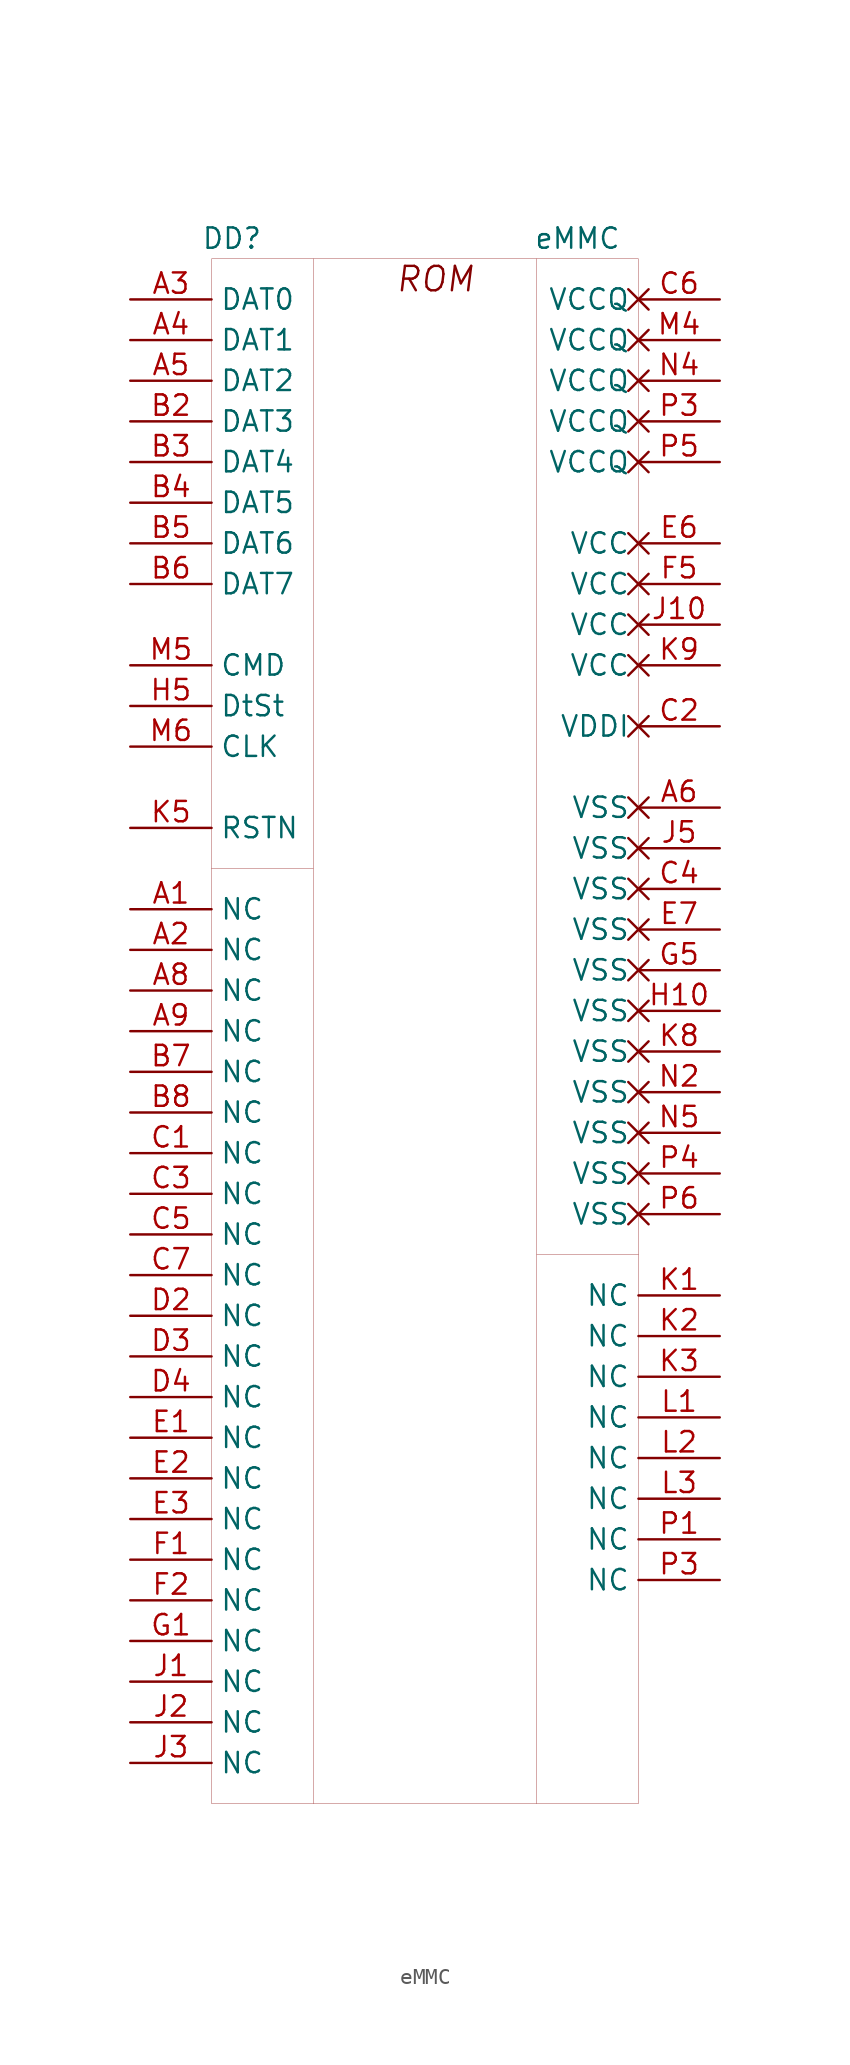
<source format=kicad_sym>
(kicad_symbol_lib
  (version 20211014)
  (generator kicad_symbol_editor)
  (symbol "eMMC"
    (property "Reference" "DD"
      (at -13.97 13.97 0)
      (effects (font (size 1.27 1.27))))
    (property "Value" "eMMC"
      (at 7.62 13.97 0)
      (effects (font (size 1.27 1.27))))
    (symbol "eMMC_0_0"
      (polyline (pts (xy -15.24 -25.4) (xy -8.89 -25.4)) (stroke (width 0.001) (type default) (color 0 0 0 0)) (fill (type none)))
      (polyline (pts (xy 5.08 -49.53) (xy 11.43 -49.53)) (stroke (width 0.001) (type default) (color 0 0 0 0)) (fill (type none)))
      (text "ROM" (at -1.27 11.43 0) (effects (font (size 1.524 1.524) italic))))
    (symbol "eMMC_0_1"
      (rectangle (start -15.24 12.7) (end 11.43 -83.82) (stroke (width 0.001) (type default) (color 0 0 0 0)) (fill (type none)))
      (polyline (pts (xy -8.89 12.7) (xy -8.89 -83.82)) (stroke (width 0.001) (type default) (color 0 0 0 0)) (fill (type none)))
      (polyline (pts (xy 5.08 12.7) (xy 5.08 -83.82)) (stroke (width 0.001) (type default) (color 0 0 0 0)) (fill (type none))))
    (symbol "eMMC_1_1"
      (pin passive line (at -20.32 -27.94 0) (length 5.08) (name "NC" (effects (font (size 1.27 1.27)))) (number "A1" (effects (font (size 1.27 1.27)))))
      (pin passive line (at -20.32 -30.48 0) (length 5.08) (name "NC" (effects (font (size 1.27 1.27)))) (number "A2" (effects (font (size 1.27 1.27)))))
      (pin passive line (at -20.32 10.16 0) (length 5.08) (name "DAT0" (effects (font (size 1.27 1.27)))) (number "A3" (effects (font (size 1.27 1.27)))))
      (pin passive line (at -20.32 7.62 0) (length 5.08) (name "DAT1" (effects (font (size 1.27 1.27)))) (number "A4" (effects (font (size 1.27 1.27)))))
      (pin passive line (at -20.32 5.08 0) (length 5.08) (name "DAT2" (effects (font (size 1.27 1.27)))) (number "A5" (effects (font (size 1.27 1.27)))))
      (pin power_in non_logic (at 16.51 -21.59 180) (length 5.08) (name "VSS" (effects (font (size 1.27 1.27)))) (number "A6" (effects (font (size 1.27 1.27)))))
      (pin passive line (at -20.32 -33.02 0) (length 5.08) (name "NC" (effects (font (size 1.27 1.27)))) (number "A8" (effects (font (size 1.27 1.27)))))
      (pin passive line (at -20.32 -35.56 0) (length 5.08) (name "NC" (effects (font (size 1.27 1.27)))) (number "A9" (effects (font (size 1.27 1.27)))))
      (pin passive line (at -20.32 2.54 0) (length 5.08) (name "DAT3" (effects (font (size 1.27 1.27)))) (number "B2" (effects (font (size 1.27 1.27)))))
      (pin passive line (at -20.32 0 0) (length 5.08) (name "DAT4" (effects (font (size 1.27 1.27)))) (number "B3" (effects (font (size 1.27 1.27)))))
      (pin passive line (at -20.32 -2.54 0) (length 5.08) (name "DAT5" (effects (font (size 1.27 1.27)))) (number "B4" (effects (font (size 1.27 1.27)))))
      (pin passive line (at -20.32 -5.08 0) (length 5.08) (name "DAT6" (effects (font (size 1.27 1.27)))) (number "B5" (effects (font (size 1.27 1.27)))))
      (pin passive line (at -20.32 -7.62 0) (length 5.08) (name "DAT7" (effects (font (size 1.27 1.27)))) (number "B6" (effects (font (size 1.27 1.27)))))
      (pin passive line (at -20.32 -38.1 0) (length 5.08) (name "NC" (effects (font (size 1.27 1.27)))) (number "B7" (effects (font (size 1.27 1.27)))))
      (pin passive line (at -20.32 -40.64 0) (length 5.08) (name "NC" (effects (font (size 1.27 1.27)))) (number "B8" (effects (font (size 1.27 1.27)))))
      (pin passive line (at -20.32 -43.18 0) (length 5.08) (name "NC" (effects (font (size 1.27 1.27)))) (number "C1" (effects (font (size 1.27 1.27)))))
      (pin power_in non_logic (at 16.51 -16.51 180) (length 5.08) (name "VDDI" (effects (font (size 1.27 1.27)))) (number "C2" (effects (font (size 1.27 1.27)))))
      (pin passive line (at -20.32 -45.72 0) (length 5.08) (name "NC" (effects (font (size 1.27 1.27)))) (number "C3" (effects (font (size 1.27 1.27)))))
      (pin power_in non_logic (at 16.51 -26.67 180) (length 5.08) (name "VSS" (effects (font (size 1.27 1.27)))) (number "C4" (effects (font (size 1.27 1.27)))))
      (pin passive line (at -20.32 -48.26 0) (length 5.08) (name "NC" (effects (font (size 1.27 1.27)))) (number "C5" (effects (font (size 1.27 1.27)))))
      (pin power_in non_logic (at 16.51 10.16 180) (length 5.08) (name "VCCQ" (effects (font (size 1.27 1.27)))) (number "C6" (effects (font (size 1.27 1.27)))))
      (pin passive line (at -20.32 -50.8 0) (length 5.08) (name "NC" (effects (font (size 1.27 1.27)))) (number "C7" (effects (font (size 1.27 1.27)))))
      (pin passive line (at -20.32 -53.34 0) (length 5.08) (name "NC" (effects (font (size 1.27 1.27)))) (number "D2" (effects (font (size 1.27 1.27)))))
      (pin passive line (at -20.32 -55.88 0) (length 5.08) (name "NC" (effects (font (size 1.27 1.27)))) (number "D3" (effects (font (size 1.27 1.27)))))
      (pin passive line (at -20.32 -58.42 0) (length 5.08) (name "NC" (effects (font (size 1.27 1.27)))) (number "D4" (effects (font (size 1.27 1.27)))))
      (pin passive line (at -20.32 -60.96 0) (length 5.08) (name "NC" (effects (font (size 1.27 1.27)))) (number "E1" (effects (font (size 1.27 1.27)))))
      (pin passive line (at -20.32 -63.5 0) (length 5.08) (name "NC" (effects (font (size 1.27 1.27)))) (number "E2" (effects (font (size 1.27 1.27)))))
      (pin passive line (at -20.32 -66.04 0) (length 5.08) (name "NC" (effects (font (size 1.27 1.27)))) (number "E3" (effects (font (size 1.27 1.27)))))
      (pin power_in non_logic (at 16.51 -5.08 180) (length 5.08) (name "VCC" (effects (font (size 1.27 1.27)))) (number "E6" (effects (font (size 1.27 1.27)))))
      (pin power_in non_logic (at 16.51 -29.21 180) (length 5.08) (name "VSS" (effects (font (size 1.27 1.27)))) (number "E7" (effects (font (size 1.27 1.27)))))
      (pin passive line (at -20.32 -68.58 0) (length 5.08) (name "NC" (effects (font (size 1.27 1.27)))) (number "F1" (effects (font (size 1.27 1.27)))))
      (pin passive line (at -20.32 -71.12 0) (length 5.08) (name "NC" (effects (font (size 1.27 1.27)))) (number "F2" (effects (font (size 1.27 1.27)))))
      (pin power_in non_logic (at 16.51 -7.62 180) (length 5.08) (name "VCC" (effects (font (size 1.27 1.27)))) (number "F5" (effects (font (size 1.27 1.27)))))
      (pin passive line (at -20.32 -73.66 0) (length 5.08) (name "NC" (effects (font (size 1.27 1.27)))) (number "G1" (effects (font (size 1.27 1.27)))))
      (pin power_in non_logic (at 16.51 -31.75 180) (length 5.08) (name "VSS" (effects (font (size 1.27 1.27)))) (number "G5" (effects (font (size 1.27 1.27)))))
      (pin power_in non_logic (at 16.51 -34.29 180) (length 5.08) (name "VSS" (effects (font (size 1.27 1.27)))) (number "H10" (effects (font (size 1.27 1.27)))))
      (pin passive line (at -20.32 -15.24 0) (length 5.08) (name "DtSt" (effects (font (size 1.27 1.27)))) (number "H5" (effects (font (size 1.27 1.27)))))
      (pin passive line (at -20.32 -76.2 0) (length 5.08) (name "NC" (effects (font (size 1.27 1.27)))) (number "J1" (effects (font (size 1.27 1.27)))))
      (pin power_in non_logic (at 16.51 -10.16 180) (length 5.08) (name "VCC" (effects (font (size 1.27 1.27)))) (number "J10" (effects (font (size 1.27 1.27)))))
      (pin passive line (at -20.32 -78.74 0) (length 5.08) (name "NC" (effects (font (size 1.27 1.27)))) (number "J2" (effects (font (size 1.27 1.27)))))
      (pin passive line (at -20.32 -81.28 0) (length 5.08) (name "NC" (effects (font (size 1.27 1.27)))) (number "J3" (effects (font (size 1.27 1.27)))))
      (pin power_in non_logic (at 16.51 -24.13 180) (length 5.08) (name "VSS" (effects (font (size 1.27 1.27)))) (number "J5" (effects (font (size 1.27 1.27)))))
      (pin passive line (at 16.51 -52.07 180) (length 5.08) (name "NC" (effects (font (size 1.27 1.27)))) (number "K1" (effects (font (size 1.27 1.27)))))
      (pin passive line (at 16.51 -54.61 180) (length 5.08) (name "NC" (effects (font (size 1.27 1.27)))) (number "K2" (effects (font (size 1.27 1.27)))))
      (pin passive line (at 16.51 -57.15 180) (length 5.08) (name "NC" (effects (font (size 1.27 1.27)))) (number "K3" (effects (font (size 1.27 1.27)))))
      (pin passive line (at -20.32 -22.86 0) (length 5.08) (name "RSTN" (effects (font (size 1.27 1.27)))) (number "K5" (effects (font (size 1.27 1.27)))))
      (pin power_in non_logic (at 16.51 -36.83 180) (length 5.08) (name "VSS" (effects (font (size 1.27 1.27)))) (number "K8" (effects (font (size 1.27 1.27)))))
      (pin power_in non_logic (at 16.51 -12.7 180) (length 5.08) (name "VCC" (effects (font (size 1.27 1.27)))) (number "K9" (effects (font (size 1.27 1.27)))))
      (pin passive line (at 16.51 -59.69 180) (length 5.08) (name "NC" (effects (font (size 1.27 1.27)))) (number "L1" (effects (font (size 1.27 1.27)))))
      (pin passive line (at 16.51 -62.23 180) (length 5.08) (name "NC" (effects (font (size 1.27 1.27)))) (number "L2" (effects (font (size 1.27 1.27)))))
      (pin passive line (at 16.51 -64.77 180) (length 5.08) (name "NC" (effects (font (size 1.27 1.27)))) (number "L3" (effects (font (size 1.27 1.27)))))
      (pin power_in non_logic (at 16.51 7.62 180) (length 5.08) (name "VCCQ" (effects (font (size 1.27 1.27)))) (number "M4" (effects (font (size 1.27 1.27)))))
      (pin passive line (at -20.32 -12.7 0) (length 5.08) (name "CMD" (effects (font (size 1.27 1.27)))) (number "M5" (effects (font (size 1.27 1.27)))))
      (pin passive line (at -20.32 -17.78 0) (length 5.08) (name "CLK" (effects (font (size 1.27 1.27)))) (number "M6" (effects (font (size 1.27 1.27)))))
      (pin power_in non_logic (at 16.51 -39.37 180) (length 5.08) (name "VSS" (effects (font (size 1.27 1.27)))) (number "N2" (effects (font (size 1.27 1.27)))))
      (pin power_in non_logic (at 16.51 5.08 180) (length 5.08) (name "VCCQ" (effects (font (size 1.27 1.27)))) (number "N4" (effects (font (size 1.27 1.27)))))
      (pin power_in non_logic (at 16.51 -41.91 180) (length 5.08) (name "VSS" (effects (font (size 1.27 1.27)))) (number "N5" (effects (font (size 1.27 1.27)))))
      (pin passive line (at 16.51 -67.31 180) (length 5.08) (name "NC" (effects (font (size 1.27 1.27)))) (number "P1" (effects (font (size 1.27 1.27)))))
      (pin passive line (at 16.51 -69.85 180) (length 5.08) (name "NC" (effects (font (size 1.27 1.27)))) (number "P3" (effects (font (size 1.27 1.27)))))
      (pin power_in non_logic (at 16.51 2.54 180) (length 5.08) (name "VCCQ" (effects (font (size 1.27 1.27)))) (number "P3" (effects (font (size 1.27 1.27)))))
      (pin power_in non_logic (at 16.51 -44.45 180) (length 5.08) (name "VSS" (effects (font (size 1.27 1.27)))) (number "P4" (effects (font (size 1.27 1.27)))))
      (pin power_in non_logic (at 16.51 0 180) (length 5.08) (name "VCCQ" (effects (font (size 1.27 1.27)))) (number "P5" (effects (font (size 1.27 1.27)))))
      (pin power_in non_logic (at 16.51 -46.99 180) (length 5.08) (name "VSS" (effects (font (size 1.27 1.27)))) (number "P6" (effects (font (size 1.27 1.27))))))))
</source>
